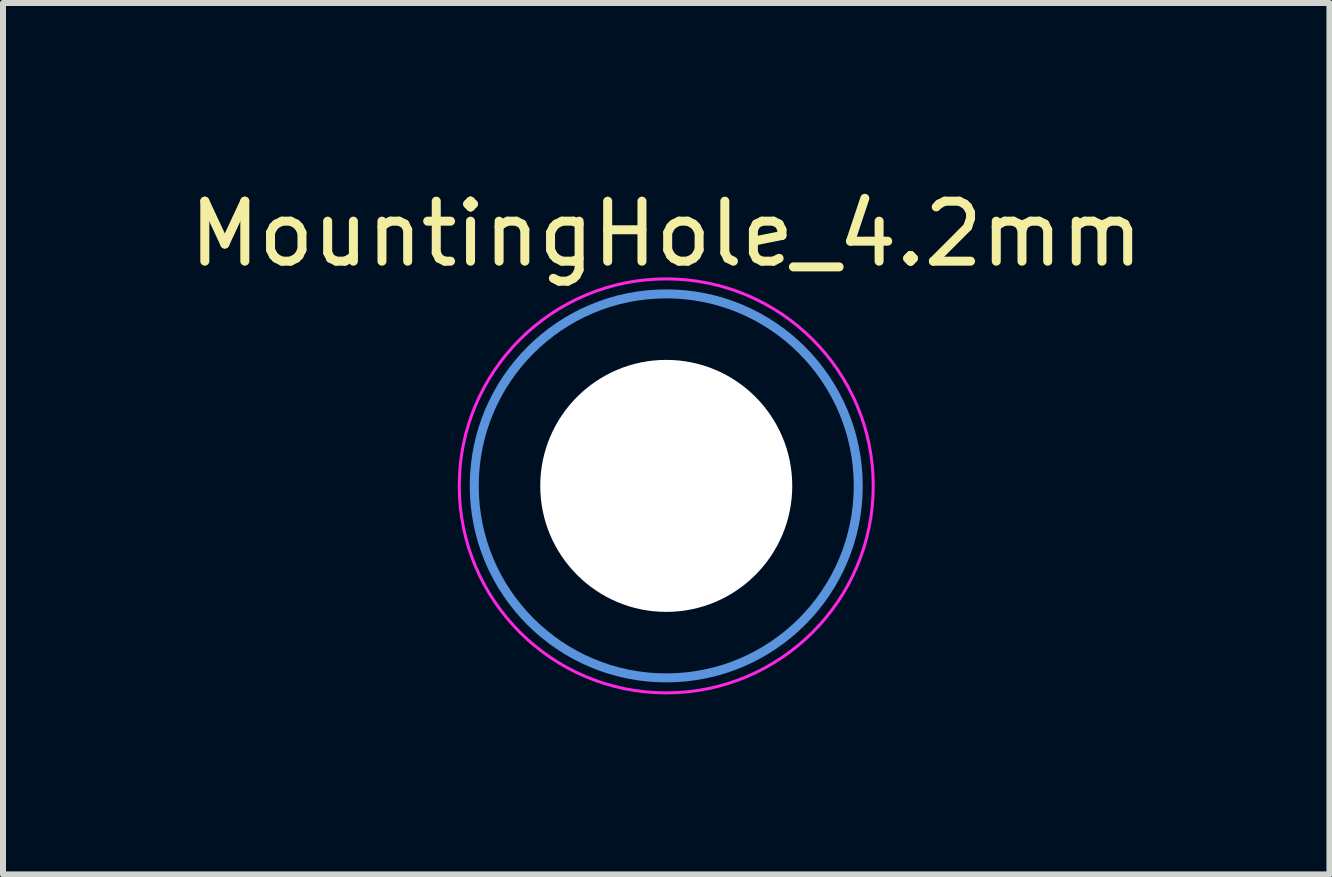
<source format=kicad_pcb>
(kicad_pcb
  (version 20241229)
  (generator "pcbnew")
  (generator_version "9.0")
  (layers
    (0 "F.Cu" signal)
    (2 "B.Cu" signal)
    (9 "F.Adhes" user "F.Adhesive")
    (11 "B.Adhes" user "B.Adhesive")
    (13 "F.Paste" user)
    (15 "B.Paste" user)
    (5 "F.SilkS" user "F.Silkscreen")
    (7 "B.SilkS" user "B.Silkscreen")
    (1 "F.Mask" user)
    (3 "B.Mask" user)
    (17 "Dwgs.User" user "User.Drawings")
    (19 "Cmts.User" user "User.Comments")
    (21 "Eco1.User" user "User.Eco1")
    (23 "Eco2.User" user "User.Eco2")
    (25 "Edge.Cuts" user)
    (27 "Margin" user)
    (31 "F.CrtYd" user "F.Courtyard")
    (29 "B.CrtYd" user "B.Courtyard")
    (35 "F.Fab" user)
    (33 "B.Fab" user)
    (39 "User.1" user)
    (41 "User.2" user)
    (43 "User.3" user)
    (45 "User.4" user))
  (footprint "MountingHole_4.2mm"
    (layer "F.Cu")
    (at 8.054 5.048)
    (property "Reference" "MountingHole_4.2mm" (at 0 -4.2 0) (layer "F.SilkS") (effects (font (size 1 1) (thickness 0.15))))
    (attr exclude_from_pos_files exclude_from_bom)
    (fp_circle (center 0 0) (end 3.2 0) (stroke (width 0.15) (type solid)) (fill no) (layer "Cmts.User"))
    (fp_circle (center 0 0) (end 3.45 0) (stroke (width 0.05) (type solid)) (fill no) (layer "F.CrtYd"))
    (pad "" np_thru_hole circle (at 0 0) (size 4.2 4.2) (drill 4.2) (layers "*.Cu" "*.Mask")))
  (gr_rect
    (start -3 -3)
    (end 19.107 11.523)
    (stroke (width 0.1) (type default))
    (fill no)
    (layer "Edge.Cuts")))
</source>
